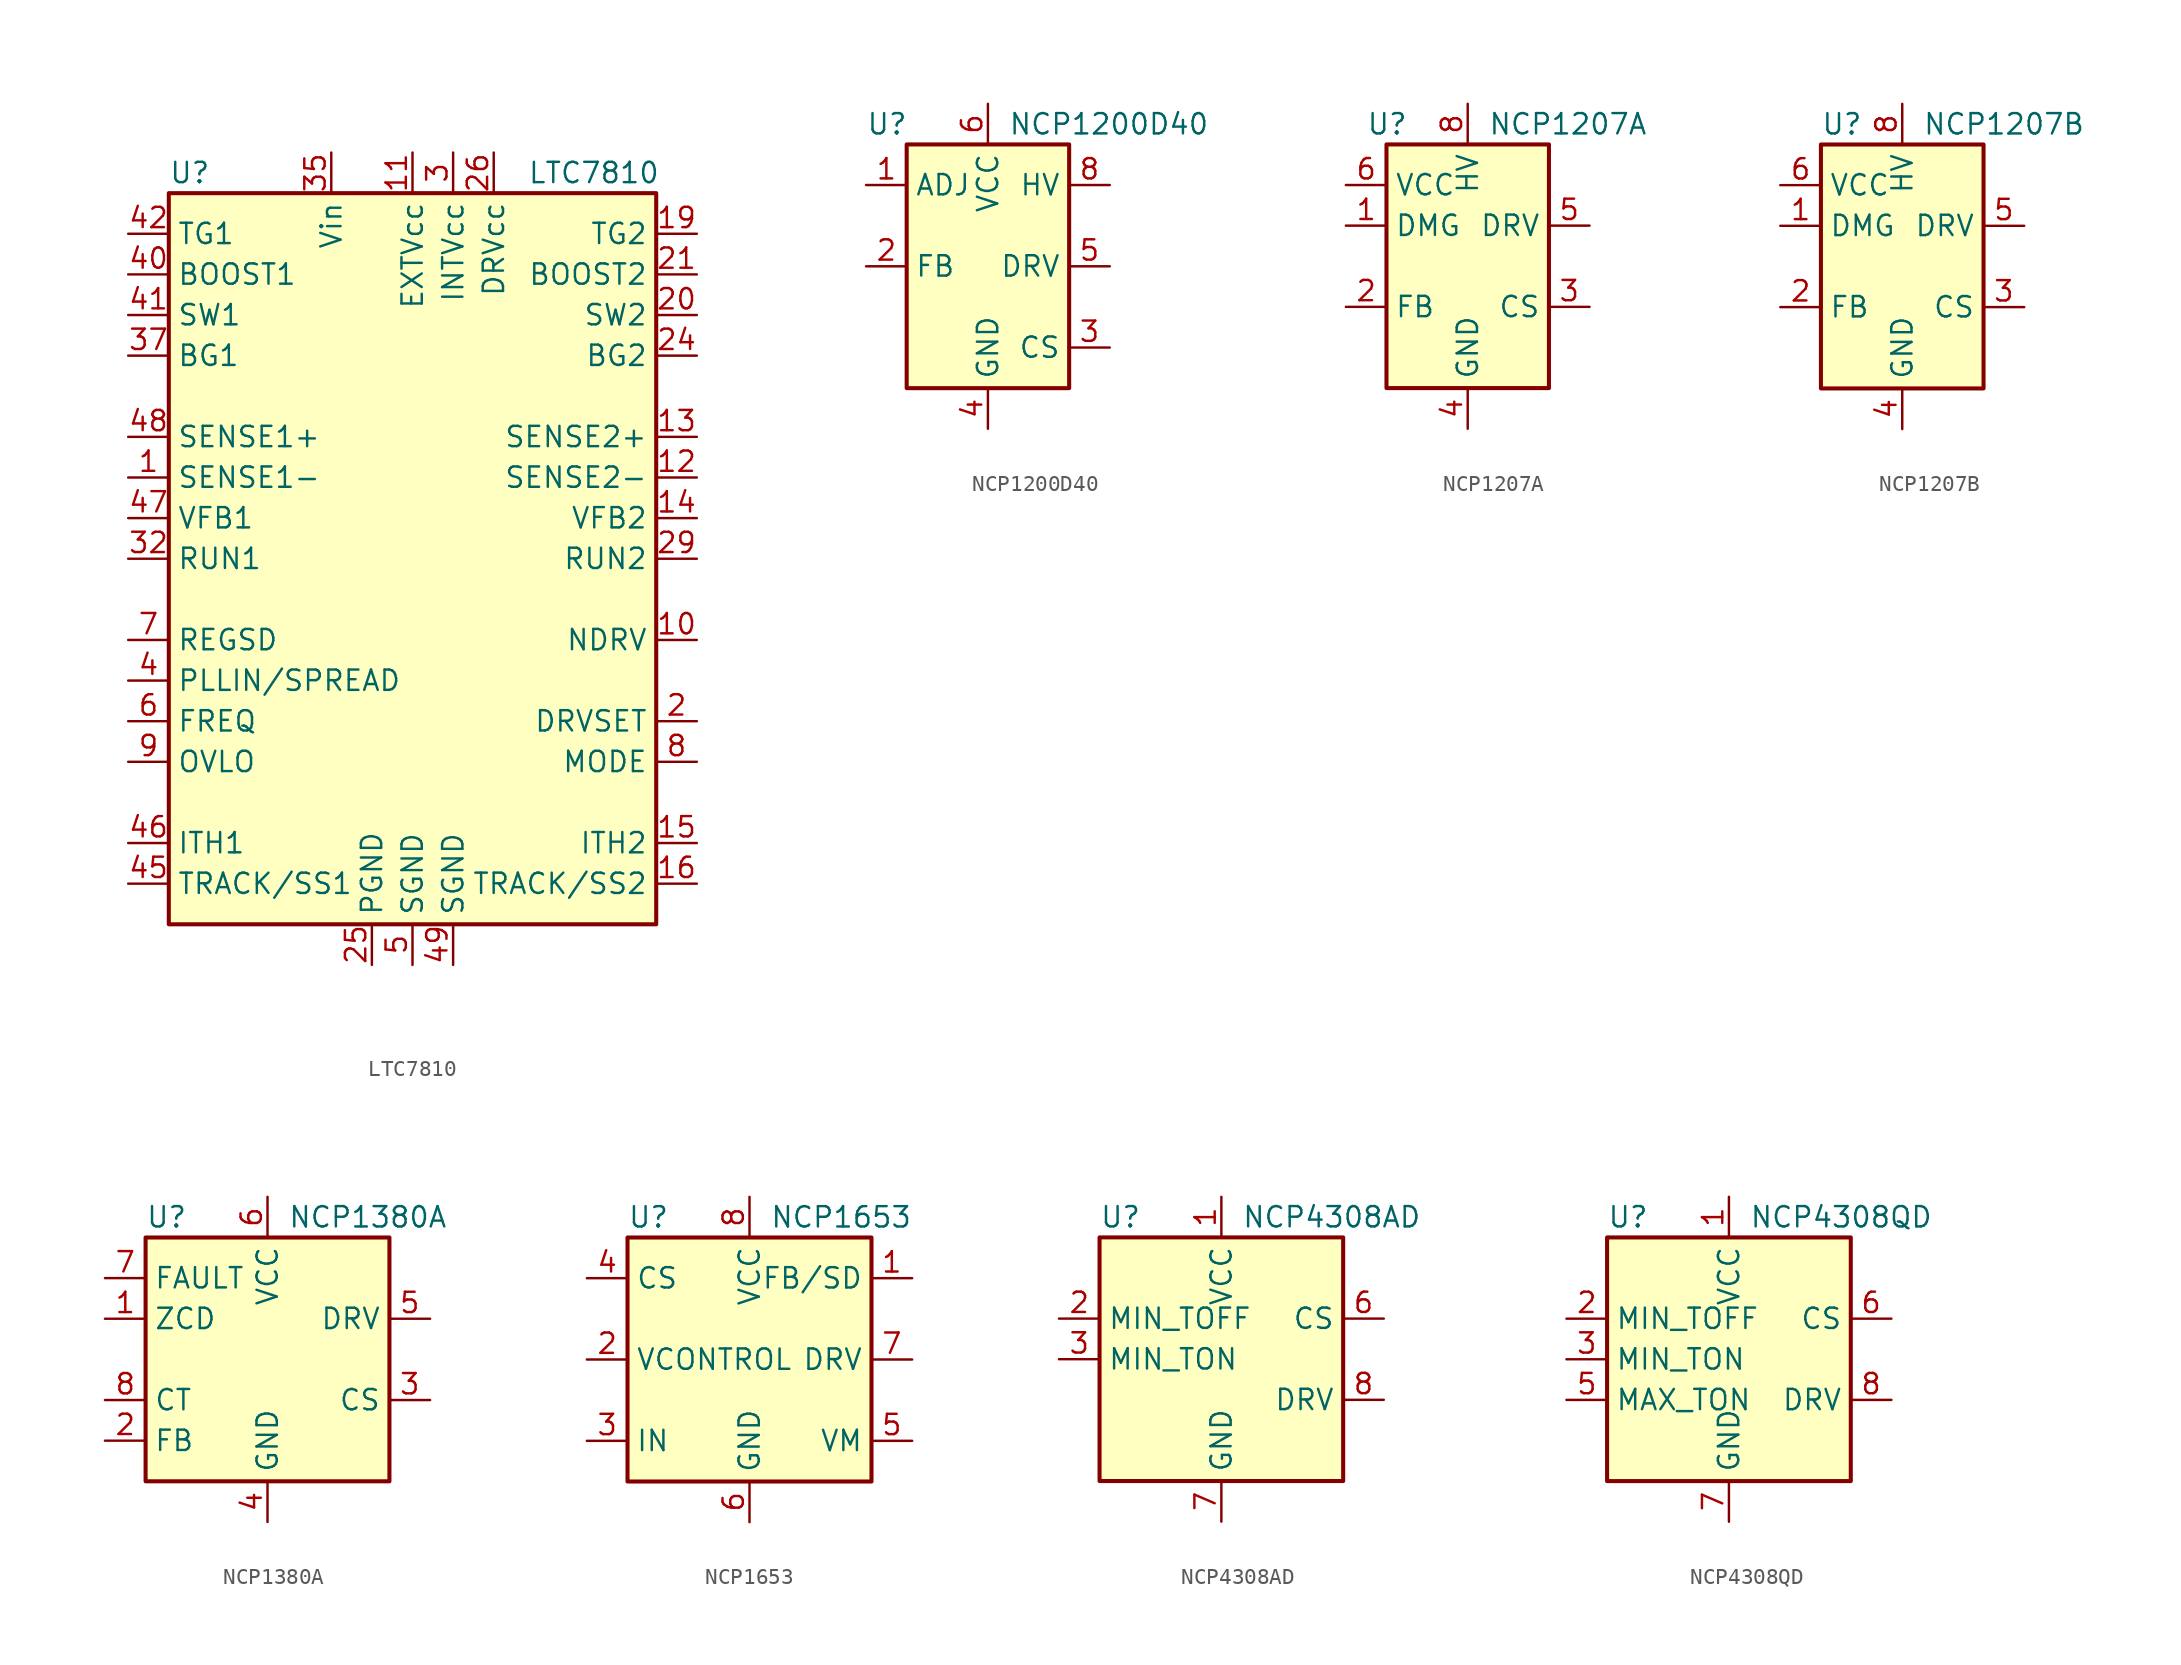
<source format=kicad_sym>
(kicad_symbol_lib
  (version 20201005)
  (generator kicad_symbol_editor)
  (symbol "LTC7810"
    (property "Reference" "U"
      (at -15.24 24.13 0)
      (effects (font (size 1.27 1.27)) (justify left)))
    (property "Value" "LTC7810"
      (at 15.494 24.13 0)
      (effects (font (size 1.27 1.27)) (justify right)))
    (symbol "LTC7810_0_1"
      (rectangle (start -15.24 22.86) (end 15.24 -22.86) (stroke (width 0.254)) (fill (type background))))
    (symbol "LTC7810_1_1"
      (pin input line (at -17.78 5.08 0) (length 2.54) (name "SENSE1-" (effects (font (size 1.27 1.27)))) (number "1" (effects (font (size 1.27 1.27)))))
      (pin output line (at 17.78 -5.08 180) (length 2.54) (name "NDRV" (effects (font (size 1.27 1.27)))) (number "10" (effects (font (size 1.27 1.27)))))
      (pin power_in line (at 0 25.4 270) (length 2.54) (name "EXTVcc" (effects (font (size 1.27 1.27)))) (number "11" (effects (font (size 1.27 1.27)))))
      (pin input line (at 17.78 5.08 180) (length 2.54) (name "SENSE2-" (effects (font (size 1.27 1.27)))) (number "12" (effects (font (size 1.27 1.27)))))
      (pin input line (at 17.78 7.62 180) (length 2.54) (name "SENSE2+" (effects (font (size 1.27 1.27)))) (number "13" (effects (font (size 1.27 1.27)))))
      (pin input line (at 17.78 2.54 180) (length 2.54) (name "VFB2" (effects (font (size 1.27 1.27)))) (number "14" (effects (font (size 1.27 1.27)))))
      (pin passive line (at 17.78 -17.78 180) (length 2.54) (name "ITH2" (effects (font (size 1.27 1.27)))) (number "15" (effects (font (size 1.27 1.27)))))
      (pin input line (at 17.78 -20.32 180) (length 2.54) (name "TRACK/SS2" (effects (font (size 1.27 1.27)))) (number "16" (effects (font (size 1.27 1.27)))))
      (pin output line (at 17.78 20.32 180) (length 2.54) (name "TG2" (effects (font (size 1.27 1.27)))) (number "19" (effects (font (size 1.27 1.27)))))
      (pin input line (at 17.78 -10.16 180) (length 2.54) (name "DRVSET" (effects (font (size 1.27 1.27)))) (number "2" (effects (font (size 1.27 1.27)))))
      (pin output line (at 17.78 15.24 180) (length 2.54) (name "SW2" (effects (font (size 1.27 1.27)))) (number "20" (effects (font (size 1.27 1.27)))))
      (pin output line (at 17.78 17.78 180) (length 2.54) (name "BOOST2" (effects (font (size 1.27 1.27)))) (number "21" (effects (font (size 1.27 1.27)))))
      (pin output line (at 17.78 12.7 180) (length 2.54) (name "BG2" (effects (font (size 1.27 1.27)))) (number "24" (effects (font (size 1.27 1.27)))))
      (pin power_in line (at -2.54 -25.4 90) (length 2.54) (name "PGND" (effects (font (size 1.27 1.27)))) (number "25" (effects (font (size 1.27 1.27)))))
      (pin power_out line (at 5.08 25.4 270) (length 2.54) (name "DRVcc" (effects (font (size 1.27 1.27)))) (number "26" (effects (font (size 1.27 1.27)))))
      (pin input line (at 17.78 0 180) (length 2.54) (name "RUN2" (effects (font (size 1.27 1.27)))) (number "29" (effects (font (size 1.27 1.27)))))
      (pin power_out line (at 2.54 25.4 270) (length 2.54) (name "INTVcc" (effects (font (size 1.27 1.27)))) (number "3" (effects (font (size 1.27 1.27)))))
      (pin input line (at -17.78 0 0) (length 2.54) (name "RUN1" (effects (font (size 1.27 1.27)))) (number "32" (effects (font (size 1.27 1.27)))))
      (pin power_in line (at -5.08 25.4 270) (length 2.54) (name "Vin" (effects (font (size 1.27 1.27)))) (number "35" (effects (font (size 1.27 1.27)))))
      (pin output line (at -17.78 12.7 0) (length 2.54) (name "BG1" (effects (font (size 1.27 1.27)))) (number "37" (effects (font (size 1.27 1.27)))))
      (pin input line (at -17.78 -7.62 0) (length 2.54) (name "PLLIN/SPREAD" (effects (font (size 1.27 1.27)))) (number "4" (effects (font (size 1.27 1.27)))))
      (pin output line (at -17.78 17.78 0) (length 2.54) (name "BOOST1" (effects (font (size 1.27 1.27)))) (number "40" (effects (font (size 1.27 1.27)))))
      (pin output line (at -17.78 15.24 0) (length 2.54) (name "SW1" (effects (font (size 1.27 1.27)))) (number "41" (effects (font (size 1.27 1.27)))))
      (pin output line (at -17.78 20.32 0) (length 2.54) (name "TG1" (effects (font (size 1.27 1.27)))) (number "42" (effects (font (size 1.27 1.27)))))
      (pin input line (at -17.78 -20.32 0) (length 2.54) (name "TRACK/SS1" (effects (font (size 1.27 1.27)))) (number "45" (effects (font (size 1.27 1.27)))))
      (pin passive line (at -17.78 -17.78 0) (length 2.54) (name "ITH1" (effects (font (size 1.27 1.27)))) (number "46" (effects (font (size 1.27 1.27)))))
      (pin input line (at -17.78 2.54 0) (length 2.54) (name "VFB1" (effects (font (size 1.27 1.27)))) (number "47" (effects (font (size 1.27 1.27)))))
      (pin input line (at -17.78 7.62 0) (length 2.54) (name "SENSE1+" (effects (font (size 1.27 1.27)))) (number "48" (effects (font (size 1.27 1.27)))))
      (pin power_in line (at 2.54 -25.4 90) (length 2.54) (name "SGND" (effects (font (size 1.27 1.27)))) (number "49" (effects (font (size 1.27 1.27)))))
      (pin power_in line (at 0 -25.4 90) (length 2.54) (name "SGND" (effects (font (size 1.27 1.27)))) (number "5" (effects (font (size 1.27 1.27)))))
      (pin input line (at -17.78 -10.16 0) (length 2.54) (name "FREQ" (effects (font (size 1.27 1.27)))) (number "6" (effects (font (size 1.27 1.27)))))
      (pin passive line (at -17.78 -5.08 0) (length 2.54) (name "REGSD" (effects (font (size 1.27 1.27)))) (number "7" (effects (font (size 1.27 1.27)))))
      (pin input line (at 17.78 -12.7 180) (length 2.54) (name "MODE" (effects (font (size 1.27 1.27)))) (number "8" (effects (font (size 1.27 1.27)))))
      (pin input line (at -17.78 -12.7 0) (length 2.54) (name "OVLO" (effects (font (size 1.27 1.27)))) (number "9" (effects (font (size 1.27 1.27)))))))
  (symbol "NCP1200D40"
    (property "Reference" "U"
      (at -7.62 8.89 0)
      (effects (font (size 1.27 1.27)) (justify left)))
    (property "Value" "NCP1200D40"
      (at 1.27 8.89 0)
      (effects (font (size 1.27 1.27)) (justify left)))
    (symbol "NCP1200D40_0_0"
      (rectangle (start -5.08 7.62) (end 5.08 -7.62) (stroke (width 0.254)) (fill (type background))))
    (symbol "NCP1200D40_1_1"
      (pin input line (at -7.62 5.08 0) (length 2.54) (name "ADJ" (effects (font (size 1.27 1.27)))) (number "1" (effects (font (size 1.27 1.27)))))
      (pin input line (at -7.62 0 0) (length 2.54) (name "FB" (effects (font (size 1.27 1.27)))) (number "2" (effects (font (size 1.27 1.27)))))
      (pin input line (at 7.62 -5.08 180) (length 2.54) (name "CS" (effects (font (size 1.27 1.27)))) (number "3" (effects (font (size 1.27 1.27)))))
      (pin power_in line (at 0 -10.16 90) (length 2.54) (name "GND" (effects (font (size 1.27 1.27)))) (number "4" (effects (font (size 1.27 1.27)))))
      (pin output line (at 7.62 0 180) (length 2.54) (name "DRV" (effects (font (size 1.27 1.27)))) (number "5" (effects (font (size 1.27 1.27)))))
      (pin power_in line (at 0 10.16 270) (length 2.54) (name "VCC" (effects (font (size 1.27 1.27)))) (number "6" (effects (font (size 1.27 1.27)))))
      (pin no_connect line (at -5.08 2.54 0) (length 2.54) hide (name "NC" (effects (font (size 1.27 1.27)))) (number "7" (effects (font (size 1.27 1.27)))))
      (pin input line (at 7.62 5.08 180) (length 2.54) (name "HV" (effects (font (size 1.27 1.27)))) (number "8" (effects (font (size 1.27 1.27)))))))
  (symbol "NCP1207A"
    (property "Reference" "U"
      (at -6.35 8.89 0)
      (effects (font (size 1.27 1.27)) (justify left)))
    (property "Value" "NCP1207A"
      (at 1.27 8.89 0)
      (effects (font (size 1.27 1.27)) (justify left)))
    (symbol "NCP1207A_0_0"
      (rectangle (start -5.08 7.62) (end 5.08 -7.62) (stroke (width 0.254)) (fill (type background))))
    (symbol "NCP1207A_1_1"
      (pin input line (at -7.62 2.54 0) (length 2.54) (name "DMG" (effects (font (size 1.27 1.27)))) (number "1" (effects (font (size 1.27 1.27)))))
      (pin input line (at -7.62 -2.54 0) (length 2.54) (name "FB" (effects (font (size 1.27 1.27)))) (number "2" (effects (font (size 1.27 1.27)))))
      (pin input line (at 7.62 -2.54 180) (length 2.54) (name "CS" (effects (font (size 1.27 1.27)))) (number "3" (effects (font (size 1.27 1.27)))))
      (pin power_in line (at 0 -10.16 90) (length 2.54) (name "GND" (effects (font (size 1.27 1.27)))) (number "4" (effects (font (size 1.27 1.27)))))
      (pin output line (at 7.62 2.54 180) (length 2.54) (name "DRV" (effects (font (size 1.27 1.27)))) (number "5" (effects (font (size 1.27 1.27)))))
      (pin power_in line (at -7.62 5.08 0) (length 2.54) (name "VCC" (effects (font (size 1.27 1.27)))) (number "6" (effects (font (size 1.27 1.27)))))
      (pin no_connect line (at -5.08 0 0) (length 2.54) hide (name "NC" (effects (font (size 1.27 1.27)))) (number "7" (effects (font (size 1.27 1.27)))))
      (pin input line (at 0 10.16 270) (length 2.54) (name "HV" (effects (font (size 1.27 1.27)))) (number "8" (effects (font (size 1.27 1.27)))))))
  (symbol "NCP1207B"
    (property "Reference" "U"
      (at -5.08 8.89 0)
      (effects (font (size 1.27 1.27)) (justify left)))
    (property "Value" "NCP1207B"
      (at 1.27 8.89 0)
      (effects (font (size 1.27 1.27)) (justify left)))
    (symbol "NCP1207B_0_0"
      (rectangle (start -5.08 7.62) (end 5.08 -7.62) (stroke (width 0.254)) (fill (type background))))
    (symbol "NCP1207B_1_1"
      (pin input line (at -7.62 2.54 0) (length 2.54) (name "DMG" (effects (font (size 1.27 1.27)))) (number "1" (effects (font (size 1.27 1.27)))))
      (pin input line (at -7.62 -2.54 0) (length 2.54) (name "FB" (effects (font (size 1.27 1.27)))) (number "2" (effects (font (size 1.27 1.27)))))
      (pin input line (at 7.62 -2.54 180) (length 2.54) (name "CS" (effects (font (size 1.27 1.27)))) (number "3" (effects (font (size 1.27 1.27)))))
      (pin power_in line (at 0 -10.16 90) (length 2.54) (name "GND" (effects (font (size 1.27 1.27)))) (number "4" (effects (font (size 1.27 1.27)))))
      (pin output line (at 7.62 2.54 180) (length 2.54) (name "DRV" (effects (font (size 1.27 1.27)))) (number "5" (effects (font (size 1.27 1.27)))))
      (pin power_in line (at -7.62 5.08 0) (length 2.54) (name "VCC" (effects (font (size 1.27 1.27)))) (number "6" (effects (font (size 1.27 1.27)))))
      (pin input line (at 0 10.16 270) (length 2.54) (name "HV" (effects (font (size 1.27 1.27)))) (number "8" (effects (font (size 1.27 1.27)))))))
  (symbol "NCP1380A"
    (property "Reference" "U"
      (at -7.62 8.89 0)
      (effects (font (size 1.27 1.27)) (justify left)))
    (property "Value" "NCP1380A"
      (at 1.27 8.89 0)
      (effects (font (size 1.27 1.27)) (justify left)))
    (symbol "NCP1380A_0_0"
      (rectangle (start -7.62 7.62) (end 7.62 -7.62) (stroke (width 0.254)) (fill (type background))))
    (symbol "NCP1380A_1_1"
      (pin input line (at -10.16 2.54 0) (length 2.54) (name "ZCD" (effects (font (size 1.27 1.27)))) (number "1" (effects (font (size 1.27 1.27)))))
      (pin input line (at -10.16 -5.08 0) (length 2.54) (name "FB" (effects (font (size 1.27 1.27)))) (number "2" (effects (font (size 1.27 1.27)))))
      (pin input line (at 10.16 -2.54 180) (length 2.54) (name "CS" (effects (font (size 1.27 1.27)))) (number "3" (effects (font (size 1.27 1.27)))))
      (pin power_in line (at 0 -10.16 90) (length 2.54) (name "GND" (effects (font (size 1.27 1.27)))) (number "4" (effects (font (size 1.27 1.27)))))
      (pin output line (at 10.16 2.54 180) (length 2.54) (name "DRV" (effects (font (size 1.27 1.27)))) (number "5" (effects (font (size 1.27 1.27)))))
      (pin power_in line (at 0 10.16 270) (length 2.54) (name "VCC" (effects (font (size 1.27 1.27)))) (number "6" (effects (font (size 1.27 1.27)))))
      (pin input line (at -10.16 5.08 0) (length 2.54) (name "FAULT" (effects (font (size 1.27 1.27)))) (number "7" (effects (font (size 1.27 1.27)))))
      (pin passive line (at -10.16 -2.54 0) (length 2.54) (name "CT" (effects (font (size 1.27 1.27)))) (number "8" (effects (font (size 1.27 1.27)))))))
  (symbol "NCP1653"
    (property "Reference" "U"
      (at -7.62 8.89 0)
      (effects (font (size 1.27 1.27)) (justify left)))
    (property "Value" "NCP1653"
      (at 1.27 8.89 0)
      (effects (font (size 1.27 1.27)) (justify left)))
    (symbol "NCP1653_0_0"
      (rectangle (start -7.62 7.62) (end 7.62 -7.62) (stroke (width 0.254)) (fill (type background))))
    (symbol "NCP1653_1_1"
      (pin input line (at 10.16 5.08 180) (length 2.54) (name "FB/SD" (effects (font (size 1.27 1.27)))) (number "1" (effects (font (size 1.27 1.27)))))
      (pin passive line (at -10.16 0 0) (length 2.54) (name "VCONTROL" (effects (font (size 1.27 1.27)))) (number "2" (effects (font (size 1.27 1.27)))))
      (pin input line (at -10.16 -5.08 0) (length 2.54) (name "IN" (effects (font (size 1.27 1.27)))) (number "3" (effects (font (size 1.27 1.27)))))
      (pin input line (at -10.16 5.08 0) (length 2.54) (name "CS" (effects (font (size 1.27 1.27)))) (number "4" (effects (font (size 1.27 1.27)))))
      (pin passive line (at 10.16 -5.08 180) (length 2.54) (name "VM" (effects (font (size 1.27 1.27)))) (number "5" (effects (font (size 1.27 1.27)))))
      (pin power_in line (at 0 -10.16 90) (length 2.54) (name "GND" (effects (font (size 1.27 1.27)))) (number "6" (effects (font (size 1.27 1.27)))))
      (pin output line (at 10.16 0 180) (length 2.54) (name "DRV" (effects (font (size 1.27 1.27)))) (number "7" (effects (font (size 1.27 1.27)))))
      (pin power_in line (at 0 10.16 270) (length 2.54) (name "VCC" (effects (font (size 1.27 1.27)))) (number "8" (effects (font (size 1.27 1.27)))))))
  (symbol "NCP4308AD"
    (property "Reference" "U"
      (at -7.62 8.89 0)
      (effects (font (size 1.27 1.27)) (justify left)))
    (property "Value" "NCP4308AD"
      (at 1.27 8.89 0)
      (effects (font (size 1.27 1.27)) (justify left)))
    (symbol "NCP4308AD_0_1"
      (rectangle (start -7.62 7.62) (end 7.62 -7.62) (stroke (width 0.254)) (fill (type background))))
    (symbol "NCP4308AD_1_1"
      (pin power_in line (at 0 10.16 270) (length 2.54) (name "VCC" (effects (font (size 1.27 1.27)))) (number "1" (effects (font (size 1.27 1.27)))))
      (pin passive line (at -10.16 2.54 0) (length 2.54) (name "MIN_TOFF" (effects (font (size 1.27 1.27)))) (number "2" (effects (font (size 1.27 1.27)))))
      (pin passive line (at -10.16 0 0) (length 2.54) (name "MIN_TON" (effects (font (size 1.27 1.27)))) (number "3" (effects (font (size 1.27 1.27)))))
      (pin no_connect line (at 7.62 -5.08 180) (length 2.54) hide (name "NC" (effects (font (size 1.27 1.27)))) (number "4" (effects (font (size 1.27 1.27)))))
      (pin no_connect line (at 7.62 -7.62 180) (length 2.54) hide (name "NC" (effects (font (size 1.27 1.27)))) (number "5" (effects (font (size 1.27 1.27)))))
      (pin input line (at 10.16 2.54 180) (length 2.54) (name "CS" (effects (font (size 1.27 1.27)))) (number "6" (effects (font (size 1.27 1.27)))))
      (pin power_in line (at 0 -10.16 90) (length 2.54) (name "GND" (effects (font (size 1.27 1.27)))) (number "7" (effects (font (size 1.27 1.27)))))
      (pin output line (at 10.16 -2.54 180) (length 2.54) (name "DRV" (effects (font (size 1.27 1.27)))) (number "8" (effects (font (size 1.27 1.27)))))))
  (symbol "NCP4308QD"
    (property "Reference" "U"
      (at -7.62 8.89 0)
      (effects (font (size 1.27 1.27)) (justify left)))
    (property "Value" "NCP4308QD"
      (at 1.27 8.89 0)
      (effects (font (size 1.27 1.27)) (justify left)))
    (symbol "NCP4308QD_0_1"
      (rectangle (start -7.62 7.62) (end 7.62 -7.62) (stroke (width 0.254)) (fill (type background))))
    (symbol "NCP4308QD_1_1"
      (pin power_in line (at 0 10.16 270) (length 2.54) (name "VCC" (effects (font (size 1.27 1.27)))) (number "1" (effects (font (size 1.27 1.27)))))
      (pin passive line (at -10.16 2.54 0) (length 2.54) (name "MIN_TOFF" (effects (font (size 1.27 1.27)))) (number "2" (effects (font (size 1.27 1.27)))))
      (pin passive line (at -10.16 0 0) (length 2.54) (name "MIN_TON" (effects (font (size 1.27 1.27)))) (number "3" (effects (font (size 1.27 1.27)))))
      (pin no_connect line (at 7.62 -5.08 180) (length 2.54) hide (name "NC" (effects (font (size 1.27 1.27)))) (number "4" (effects (font (size 1.27 1.27)))))
      (pin passive line (at -10.16 -2.54 0) (length 2.54) (name "MAX_TON" (effects (font (size 1.27 1.27)))) (number "5" (effects (font (size 1.27 1.27)))))
      (pin input line (at 10.16 2.54 180) (length 2.54) (name "CS" (effects (font (size 1.27 1.27)))) (number "6" (effects (font (size 1.27 1.27)))))
      (pin power_in line (at 0 -10.16 90) (length 2.54) (name "GND" (effects (font (size 1.27 1.27)))) (number "7" (effects (font (size 1.27 1.27)))))
      (pin output line (at 10.16 -2.54 180) (length 2.54) (name "DRV" (effects (font (size 1.27 1.27)))) (number "8" (effects (font (size 1.27 1.27))))))))
</source>
